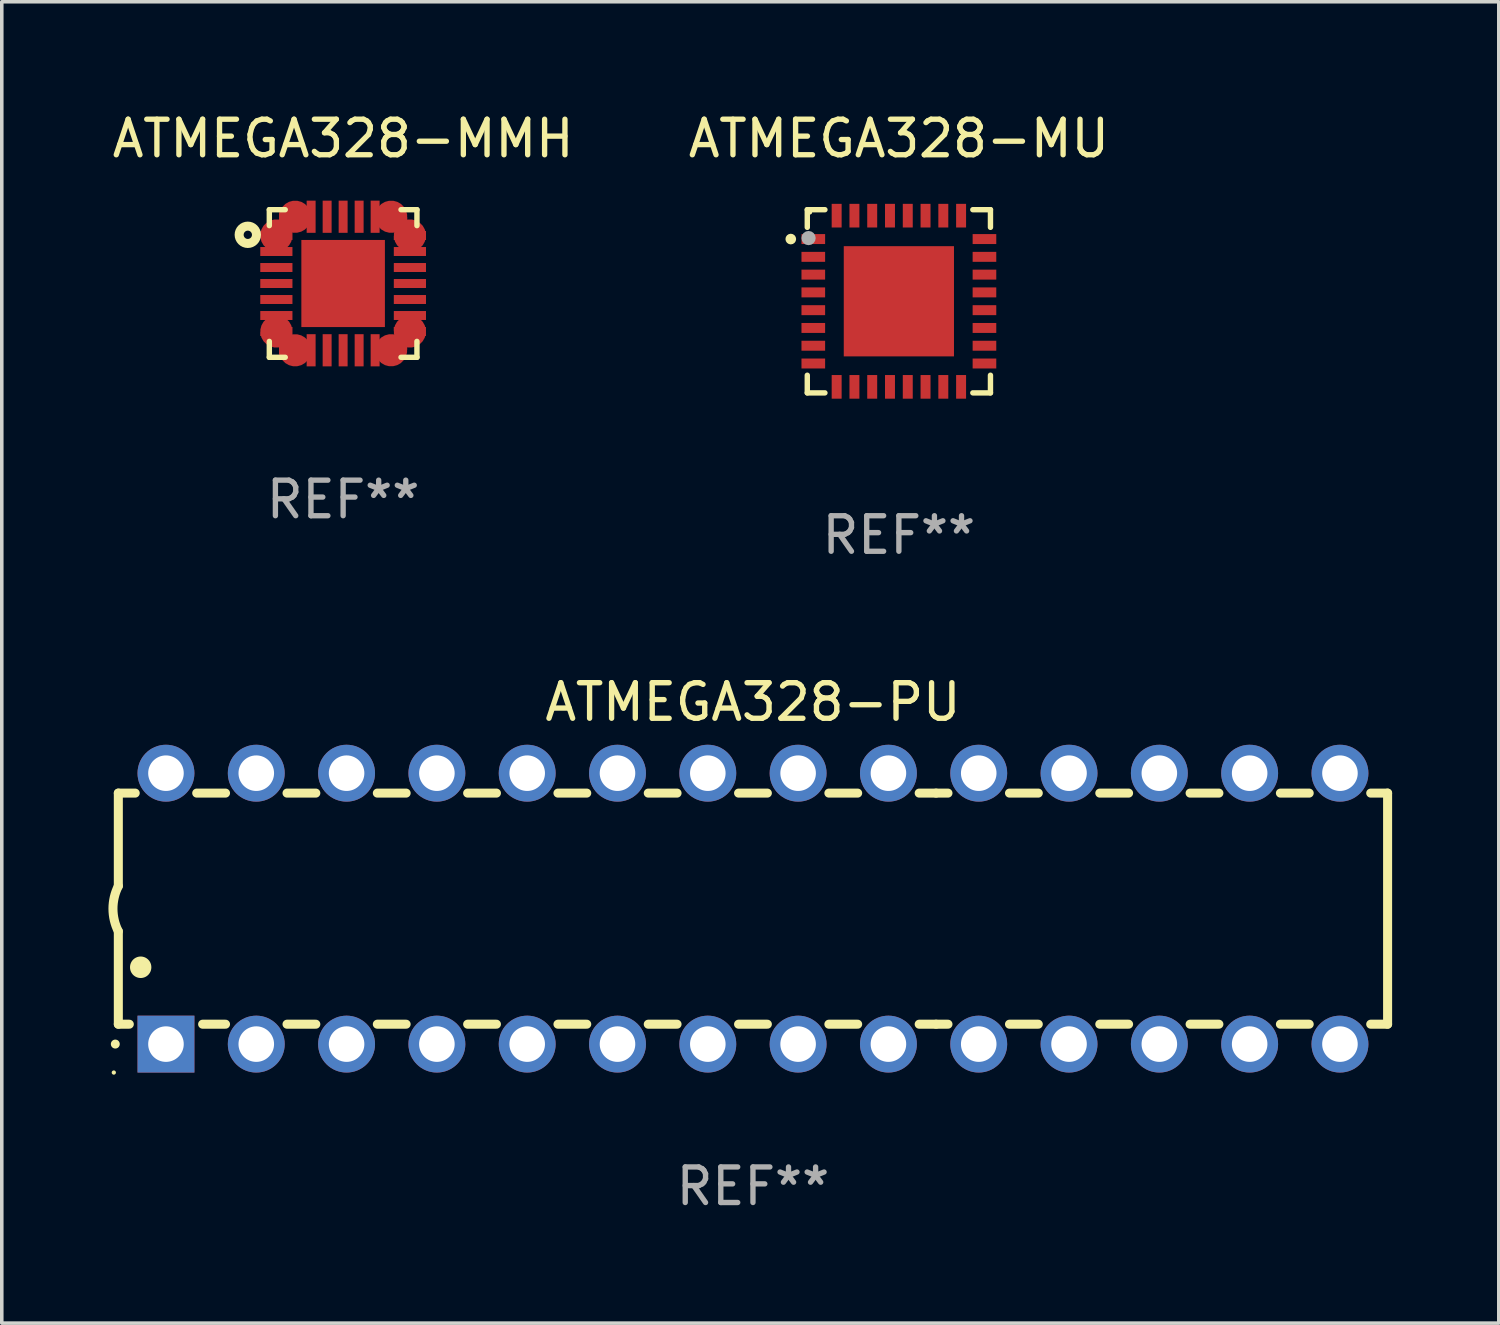
<source format=kicad_pcb>
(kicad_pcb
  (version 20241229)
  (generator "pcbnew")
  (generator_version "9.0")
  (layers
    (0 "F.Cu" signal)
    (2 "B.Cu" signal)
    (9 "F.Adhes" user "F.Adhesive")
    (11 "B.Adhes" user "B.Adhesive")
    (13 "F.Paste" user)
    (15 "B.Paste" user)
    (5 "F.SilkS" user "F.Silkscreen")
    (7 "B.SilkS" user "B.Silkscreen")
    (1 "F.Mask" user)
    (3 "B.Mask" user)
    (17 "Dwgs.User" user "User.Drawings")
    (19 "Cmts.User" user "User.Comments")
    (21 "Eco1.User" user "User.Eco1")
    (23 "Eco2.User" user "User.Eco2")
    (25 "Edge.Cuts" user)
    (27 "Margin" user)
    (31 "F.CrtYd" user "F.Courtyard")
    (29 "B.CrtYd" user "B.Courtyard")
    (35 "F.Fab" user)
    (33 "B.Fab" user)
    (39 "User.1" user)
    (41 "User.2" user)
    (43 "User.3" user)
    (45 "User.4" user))
  (footprint "ATMEGA328-MU"
    (layer "F.Cu")
    (at 22.232 5.424)
    (property "Reference" "ATMEGA328-MU" (at 0 -4.576 0) (layer "F.SilkS") (effects (font (size 1 1) (thickness 0.15))))
    (attr through_hole)
    (fp_line (start -2.576 -2.576) (end -2.576 -2.08) (stroke (width 0.152) (type solid)) (layer "F.SilkS"))
    (fp_line (start -2.576 2.576) (end -2.576 2.08) (stroke (width 0.152) (type solid)) (layer "F.SilkS"))
    (fp_line (start -2.08 -2.576) (end -2.576 -2.576) (stroke (width 0.152) (type solid)) (layer "F.SilkS"))
    (fp_line (start -2.08 2.576) (end -2.576 2.576) (stroke (width 0.152) (type solid)) (layer "F.SilkS"))
    (fp_line (start 2.08 -2.576) (end 2.576 -2.576) (stroke (width 0.152) (type solid)) (layer "F.SilkS"))
    (fp_line (start 2.08 2.576) (end 2.576 2.576) (stroke (width 0.152) (type solid)) (layer "F.SilkS"))
    (fp_line (start 2.576 -2.576) (end 2.576 -2.08) (stroke (width 0.152) (type solid)) (layer "F.SilkS"))
    (fp_line (start 2.576 2.576) (end 2.576 2.08) (stroke (width 0.152) (type solid)) (layer "F.SilkS"))
    (fp_circle (center -3.04 -1.75) (end -2.965 -1.75) (stroke (width 0.15) (type solid)) (fill no) (layer "F.SilkS"))
    (fp_circle (center -2.5 -2.5) (end -2.47 -2.5) (stroke (width 0.06) (type solid)) (fill no) (layer "F.SilkS"))
    (fp_circle (center -2.54 -1.778) (end -2.44 -1.778) (stroke (width 0.2) (type solid)) (fill no) (layer "F.Fab"))
    (fp_text user "REF**" (at 0 6.576 0) (layer "F.Fab") (effects (font (size 1 1) (thickness 0.15))))
    (pad "1" smd rect (at -2.407 -1.75) (size 0.665 0.28) (layers "F.Cu" "F.Mask" "F.Paste"))
    (pad "2" smd rect (at -2.407 -1.25) (size 0.665 0.28) (layers "F.Cu" "F.Mask" "F.Paste"))
    (pad "3" smd rect (at -2.407 -0.75) (size 0.665 0.28) (layers "F.Cu" "F.Mask" "F.Paste"))
    (pad "4" smd rect (at -2.407 -0.25) (size 0.665 0.28) (layers "F.Cu" "F.Mask" "F.Paste"))
    (pad "5" smd rect (at -2.407 0.25) (size 0.665 0.28) (layers "F.Cu" "F.Mask" "F.Paste"))
    (pad "6" smd rect (at -2.407 0.75) (size 0.665 0.28) (layers "F.Cu" "F.Mask" "F.Paste"))
    (pad "7" smd rect (at -2.407 1.25) (size 0.665 0.28) (layers "F.Cu" "F.Mask" "F.Paste"))
    (pad "8" smd rect (at -2.407 1.75) (size 0.665 0.28) (layers "F.Cu" "F.Mask" "F.Paste"))
    (pad "9" smd rect (at -1.75 2.407) (size 0.28 0.665) (layers "F.Cu" "F.Mask" "F.Paste"))
    (pad "10" smd rect (at -1.25 2.407) (size 0.28 0.665) (layers "F.Cu" "F.Mask" "F.Paste"))
    (pad "11" smd rect (at -0.75 2.407) (size 0.28 0.665) (layers "F.Cu" "F.Mask" "F.Paste"))
    (pad "12" smd rect (at -0.25 2.407) (size 0.28 0.665) (layers "F.Cu" "F.Mask" "F.Paste"))
    (pad "13" smd rect (at 0.25 2.407) (size 0.28 0.665) (layers "F.Cu" "F.Mask" "F.Paste"))
    (pad "14" smd rect (at 0.75 2.407) (size 0.28 0.665) (layers "F.Cu" "F.Mask" "F.Paste"))
    (pad "15" smd rect (at 1.25 2.407) (size 0.28 0.665) (layers "F.Cu" "F.Mask" "F.Paste"))
    (pad "16" smd rect (at 1.75 2.407) (size 0.28 0.665) (layers "F.Cu" "F.Mask" "F.Paste"))
    (pad "17" smd rect (at 2.407 1.75) (size 0.665 0.28) (layers "F.Cu" "F.Mask" "F.Paste"))
    (pad "18" smd rect (at 2.407 1.25) (size 0.665 0.28) (layers "F.Cu" "F.Mask" "F.Paste"))
    (pad "19" smd rect (at 2.407 0.75) (size 0.665 0.28) (layers "F.Cu" "F.Mask" "F.Paste"))
    (pad "20" smd rect (at 2.407 0.25) (size 0.665 0.28) (layers "F.Cu" "F.Mask" "F.Paste"))
    (pad "21" smd rect (at 2.407 -0.25) (size 0.665 0.28) (layers "F.Cu" "F.Mask" "F.Paste"))
    (pad "22" smd rect (at 2.407 -0.75) (size 0.665 0.28) (layers "F.Cu" "F.Mask" "F.Paste"))
    (pad "23" smd rect (at 2.407 -1.25) (size 0.665 0.28) (layers "F.Cu" "F.Mask" "F.Paste"))
    (pad "24" smd rect (at 2.407 -1.75) (size 0.665 0.28) (layers "F.Cu" "F.Mask" "F.Paste"))
    (pad "25" smd rect (at 1.75 -2.408) (size 0.28 0.665) (layers "F.Cu" "F.Mask" "F.Paste"))
    (pad "26" smd rect (at 1.25 -2.408) (size 0.28 0.665) (layers "F.Cu" "F.Mask" "F.Paste"))
    (pad "27" smd rect (at 0.75 -2.408) (size 0.28 0.665) (layers "F.Cu" "F.Mask" "F.Paste"))
    (pad "28" smd rect (at 0.25 -2.408) (size 0.28 0.665) (layers "F.Cu" "F.Mask" "F.Paste"))
    (pad "29" smd rect (at -0.25 -2.408) (size 0.28 0.665) (layers "F.Cu" "F.Mask" "F.Paste"))
    (pad "30" smd rect (at -0.75 -2.408) (size 0.28 0.665) (layers "F.Cu" "F.Mask" "F.Paste"))
    (pad "31" smd rect (at -1.25 -2.408) (size 0.28 0.665) (layers "F.Cu" "F.Mask" "F.Paste"))
    (pad "32" smd rect (at -1.75 -2.408) (size 0.28 0.665) (layers "F.Cu" "F.Mask" "F.Paste"))
    (pad "33" smd rect (at -0.000076 -0.000102) (size 3.1 3.1) (layers "F.Cu" "F.Mask" "F.Paste")))
  (footprint "ATMEGA328-MMH"
    (layer "F.Cu")
    (at 6.601 4.924)
    (property "Reference" "ATMEGA328-MMH" (at 0 -4.076 0) (layer "F.SilkS") (effects (font (size 1 1) (thickness 0.15))))
    (attr through_hole)
    (fp_line (start -2.076 -2.076) (end -1.628 -2.076) (stroke (width 0.152) (type solid)) (layer "F.SilkS"))
    (fp_line (start -2.076 -1.628) (end -2.076 -2.076) (stroke (width 0.152) (type solid)) (layer "F.SilkS"))
    (fp_line (start -2.076 1.628) (end -2.076 2.076) (stroke (width 0.152) (type solid)) (layer "F.SilkS"))
    (fp_line (start -2.076 2.076) (end -1.628 2.076) (stroke (width 0.152) (type solid)) (layer "F.SilkS"))
    (fp_line (start 2.076 -2.076) (end 1.628 -2.076) (stroke (width 0.152) (type solid)) (layer "F.SilkS"))
    (fp_line (start 2.076 -1.628) (end 2.076 -2.076) (stroke (width 0.152) (type solid)) (layer "F.SilkS"))
    (fp_line (start 2.076 1.628) (end 2.076 2.076) (stroke (width 0.152) (type solid)) (layer "F.SilkS"))
    (fp_line (start 2.076 2.076) (end 1.628 2.076) (stroke (width 0.152) (type solid)) (layer "F.SilkS"))
    (fp_circle (center -2.681 -1.37) (end -2.564 -1.37) (stroke (width 0.254) (type solid)) (fill no) (layer "F.SilkS"))
    (fp_text user "REF**" (at 0 6.076 0) (layer "F.Fab") (effects (font (size 1 1) (thickness 0.15))))
    (pad "1" smd custom (at -1.878 -1.351 180) (size 0.906 0.252) (layers "F.Cu" "F.Mask" "F.Paste") (options (anchor circle)) (primitives (gr_poly (pts (xy 0.317 -0.126) (xy 0.453 0.01) (xy 0.453 0.126) (xy -0.453 0.126) (xy -0.453 -0.126) (xy 0.317 -0.126)) (width 0) (fill yes))))
    (pad "2" smd rect (at -1.878 -0.9) (size 0.905 0.252) (layers "F.Cu" "F.Mask" "F.Paste"))
    (pad "3" smd rect (at -1.878 -0.45) (size 0.905 0.252) (layers "F.Cu" "F.Mask" "F.Paste"))
    (pad "4" smd rect (at -1.878 0) (size 0.905 0.252) (layers "F.Cu" "F.Mask" "F.Paste"))
    (pad "5" smd rect (at -1.878 0.45) (size 0.905 0.252) (layers "F.Cu" "F.Mask" "F.Paste"))
    (pad "6" smd rect (at -1.878 0.9) (size 0.905 0.252) (layers "F.Cu" "F.Mask" "F.Paste"))
    (pad "7" smd custom (at -1.878 1.35 180) (size 0.906 0.252) (layers "F.Cu" "F.Mask" "F.Paste") (options (anchor circle)) (primitives (gr_poly (pts (xy 0.317 0.126) (xy 0.453 -0.01) (xy 0.453 -0.126) (xy -0.453 -0.126) (xy -0.453 0.126) (xy 0.317 0.126)) (width 0) (fill yes))))
    (pad "8" smd custom (at -1.351 1.878 270) (size 0.906 0.252) (layers "F.Cu" "F.Mask" "F.Paste") (options (anchor circle)) (primitives (gr_poly (pts (xy -0.126 -0.317) (xy 0.01 -0.453) (xy 0.126 -0.453) (xy 0.126 0.453) (xy -0.126 0.453) (xy -0.126 -0.317)) (width 0) (fill yes))))
    (pad "9" smd rect (at -0.9 1.878) (size 0.252 0.905) (layers "F.Cu" "F.Mask" "F.Paste"))
    (pad "10" smd rect (at -0.45 1.878) (size 0.252 0.905) (layers "F.Cu" "F.Mask" "F.Paste"))
    (pad "11" smd rect (at 0 1.878) (size 0.252 0.905) (layers "F.Cu" "F.Mask" "F.Paste"))
    (pad "12" smd rect (at 0.45 1.878) (size 0.252 0.905) (layers "F.Cu" "F.Mask" "F.Paste"))
    (pad "13" smd rect (at 0.9 1.878) (size 0.252 0.905) (layers "F.Cu" "F.Mask" "F.Paste"))
    (pad "14" smd custom (at 1.349 1.877 270) (size 0.906 0.252) (layers "F.Cu" "F.Mask" "F.Paste") (options (anchor circle)) (primitives (gr_poly (pts (xy 0.126 -0.317) (xy -0.01 -0.453) (xy -0.126 -0.453) (xy -0.126 0.453) (xy 0.126 0.453) (xy 0.126 -0.317)) (width 0) (fill yes))))
    (pad "15" smd custom (at 1.877 1.35) (size 0.906 0.252) (layers "F.Cu" "F.Mask" "F.Paste") (options (anchor circle)) (primitives (gr_poly (pts (xy -0.317 0.126) (xy -0.453 -0.01) (xy -0.453 -0.126) (xy 0.453 -0.126) (xy 0.453 0.126) (xy -0.317 0.126)) (width 0) (fill yes))))
    (pad "16" smd rect (at 1.878 0.9) (size 0.905 0.252) (layers "F.Cu" "F.Mask" "F.Paste"))
    (pad "17" smd rect (at 1.878 0.45) (size 0.905 0.252) (layers "F.Cu" "F.Mask" "F.Paste"))
    (pad "18" smd rect (at 1.878 0) (size 0.905 0.252) (layers "F.Cu" "F.Mask" "F.Paste"))
    (pad "19" smd rect (at 1.878 -0.45) (size 0.905 0.252) (layers "F.Cu" "F.Mask" "F.Paste"))
    (pad "20" smd rect (at 1.878 -0.9) (size 0.905 0.252) (layers "F.Cu" "F.Mask" "F.Paste"))
    (pad "21" smd custom (at 1.878 -1.35) (size 0.906 0.252) (layers "F.Cu" "F.Mask" "F.Paste") (options (anchor circle)) (primitives (gr_poly (pts (xy -0.317 -0.126) (xy -0.453 0.01) (xy -0.453 0.126) (xy 0.453 0.126) (xy 0.453 -0.126) (xy -0.317 -0.126)) (width 0) (fill yes))))
    (pad "22" smd custom (at 1.351 -1.878 90) (size 0.906 0.252) (layers "F.Cu" "F.Mask" "F.Paste") (options (anchor circle)) (primitives (gr_poly (pts (xy 0.126 0.317) (xy -0.01 0.453) (xy -0.126 0.453) (xy -0.126 -0.453) (xy 0.126 -0.453) (xy 0.126 0.317)) (width 0) (fill yes))))
    (pad "23" smd rect (at 0.9 -1.878) (size 0.252 0.905) (layers "F.Cu" "F.Mask" "F.Paste"))
    (pad "24" smd rect (at 0.45 -1.878) (size 0.252 0.905) (layers "F.Cu" "F.Mask" "F.Paste"))
    (pad "25" smd rect (at 0 -1.878) (size 0.252 0.905) (layers "F.Cu" "F.Mask" "F.Paste"))
    (pad "26" smd rect (at -0.45 -1.878) (size 0.252 0.905) (layers "F.Cu" "F.Mask" "F.Paste"))
    (pad "27" smd rect (at -0.9 -1.878) (size 0.252 0.905) (layers "F.Cu" "F.Mask" "F.Paste"))
    (pad "28" smd custom (at -1.35 -1.878 90) (size 0.906 0.252) (layers "F.Cu" "F.Mask" "F.Paste") (options (anchor circle)) (primitives (gr_poly (pts (xy -0.126 0.317) (xy 0.01 0.453) (xy 0.126 0.453) (xy 0.126 -0.453) (xy -0.126 -0.453) (xy -0.126 0.317)) (width 0) (fill yes))))
    (pad "29" smd rect (at 0 0) (size 2.35 2.45) (layers "F.Cu" "F.Mask" "F.Paste")))
  (footprint "ATMEGA328-PU"
    (layer "F.Cu")
    (at 18.128 22.507)
    (property "Reference" "ATMEGA328-PU" (at 0 -5.81 0) (layer "F.SilkS") (effects (font (size 1 1) (thickness 0.15))))
    (attr through_hole)
    (fp_line (start -17.85 -3.25) (end -17.85 -0.635) (stroke (width 0.254) (type solid)) (layer "F.SilkS"))
    (fp_line (start -17.85 3.25) (end -17.85 0.635) (stroke (width 0.254) (type solid)) (layer "F.SilkS"))
    (fp_line (start -17.85 3.25) (end -17.541 3.25) (stroke (width 0.254) (type solid)) (layer "F.SilkS"))
    (fp_line (start -17.375 -3.25) (end -17.85 -3.25) (stroke (width 0.254) (type solid)) (layer "F.SilkS"))
    (fp_line (start -15.479 3.25) (end -14.835 3.25) (stroke (width 0.254) (type solid)) (layer "F.SilkS"))
    (fp_line (start -14.835 -3.25) (end -15.645 -3.25) (stroke (width 0.254) (type solid)) (layer "F.SilkS"))
    (fp_line (start -13.105 3.25) (end -12.295 3.25) (stroke (width 0.254) (type solid)) (layer "F.SilkS"))
    (fp_line (start -12.295 -3.25) (end -13.105 -3.25) (stroke (width 0.254) (type solid)) (layer "F.SilkS"))
    (fp_line (start -10.565 3.25) (end -9.755 3.25) (stroke (width 0.254) (type solid)) (layer "F.SilkS"))
    (fp_line (start -9.755 -3.25) (end -10.565 -3.25) (stroke (width 0.254) (type solid)) (layer "F.SilkS"))
    (fp_line (start -8.025 3.25) (end -7.215 3.25) (stroke (width 0.254) (type solid)) (layer "F.SilkS"))
    (fp_line (start -7.215 -3.25) (end -8.025 -3.25) (stroke (width 0.254) (type solid)) (layer "F.SilkS"))
    (fp_line (start -5.485 3.25) (end -4.675 3.25) (stroke (width 0.254) (type solid)) (layer "F.SilkS"))
    (fp_line (start -4.675 -3.25) (end -5.485 -3.25) (stroke (width 0.254) (type solid)) (layer "F.SilkS"))
    (fp_line (start -2.945 3.25) (end -2.135 3.25) (stroke (width 0.254) (type solid)) (layer "F.SilkS"))
    (fp_line (start -2.135 -3.25) (end -2.945 -3.25) (stroke (width 0.254) (type solid)) (layer "F.SilkS"))
    (fp_line (start -0.405 3.25) (end 0.405 3.25) (stroke (width 0.254) (type solid)) (layer "F.SilkS"))
    (fp_line (start 0.405 -3.25) (end -0.405 -3.25) (stroke (width 0.254) (type solid)) (layer "F.SilkS"))
    (fp_line (start 2.135 3.25) (end 2.945 3.25) (stroke (width 0.254) (type solid)) (layer "F.SilkS"))
    (fp_line (start 2.945 -3.25) (end 2.135 -3.25) (stroke (width 0.254) (type solid)) (layer "F.SilkS"))
    (fp_line (start 4.675 3.25) (end 5.15 3.25) (stroke (width 0.254) (type solid)) (layer "F.SilkS"))
    (fp_line (start 5.15 -3.25) (end 4.675 -3.25) (stroke (width 0.254) (type solid)) (layer "F.SilkS"))
    (fp_line (start 5.15 -3.25) (end 5.485 -3.25) (stroke (width 0.254) (type solid)) (layer "F.SilkS"))
    (fp_line (start 5.15 3.25) (end 5.485 3.25) (stroke (width 0.254) (type solid)) (layer "F.SilkS"))
    (fp_line (start 7.215 -3.25) (end 8.025 -3.25) (stroke (width 0.254) (type solid)) (layer "F.SilkS"))
    (fp_line (start 7.215 3.25) (end 8.025 3.25) (stroke (width 0.254) (type solid)) (layer "F.SilkS"))
    (fp_line (start 9.755 -3.25) (end 10.565 -3.25) (stroke (width 0.254) (type solid)) (layer "F.SilkS"))
    (fp_line (start 9.755 3.25) (end 10.565 3.25) (stroke (width 0.254) (type solid)) (layer "F.SilkS"))
    (fp_line (start 12.295 -3.25) (end 13.105 -3.25) (stroke (width 0.254) (type solid)) (layer "F.SilkS"))
    (fp_line (start 12.295 3.25) (end 13.105 3.25) (stroke (width 0.254) (type solid)) (layer "F.SilkS"))
    (fp_line (start 14.835 -3.25) (end 15.645 -3.25) (stroke (width 0.254) (type solid)) (layer "F.SilkS"))
    (fp_line (start 14.835 3.25) (end 15.645 3.25) (stroke (width 0.254) (type solid)) (layer "F.SilkS"))
    (fp_line (start 17.375 -3.25) (end 17.85 -3.25) (stroke (width 0.254) (type solid)) (layer "F.SilkS"))
    (fp_line (start 17.375 3.25) (end 17.85 3.25) (stroke (width 0.254) (type solid)) (layer "F.SilkS"))
    (fp_line (start 17.85 -3.25) (end 17.85 3.25) (stroke (width 0.254) (type solid)) (layer "F.SilkS"))
    (fp_arc (start -17.934976 3.810008) (mid -17.934983 3.808738) (end -17.934976 3.807468) (stroke (width 0.25) (type solid)) (layer "F.SilkS"))
    (fp_arc (start -17.851155 0.635002) (mid -18.000677 -0.000132) (end -17.850038 -0.635001) (stroke (width 0.254001) (type solid)) (layer "F.SilkS"))
    (fp_arc (start -17.221234 1.651003) (mid -17.221245 1.648463) (end -17.221234 1.645923) (stroke (width 0.6) (type solid)) (layer "F.SilkS"))
    (fp_circle (center -17.977 4.61) (end -17.947 4.61) (stroke (width 0.06) (type solid)) (fill no) (layer "F.SilkS"))
    (fp_text user "REF**" (at 0 7.81 0) (layer "F.Fab") (effects (font (size 1 1) (thickness 0.15))))
    (pad "1" thru_hole rect (at -16.51 3.81 90) (size 1.6 1.6) (drill 1) (layers "*.Cu" "*.Mask"))
    (pad "2" thru_hole circle (at -13.97 3.81 90) (size 1.6 1.6) (drill 1) (layers "*.Cu" "*.Mask"))
    (pad "3" thru_hole circle (at -11.43 3.81 90) (size 1.6 1.6) (drill 1) (layers "*.Cu" "*.Mask"))
    (pad "4" thru_hole circle (at -8.89 3.81 90) (size 1.6 1.6) (drill 1) (layers "*.Cu" "*.Mask"))
    (pad "5" thru_hole circle (at -6.35 3.81 90) (size 1.6 1.6) (drill 1) (layers "*.Cu" "*.Mask"))
    (pad "6" thru_hole circle (at -3.81 3.81 90) (size 1.6 1.6) (drill 1) (layers "*.Cu" "*.Mask"))
    (pad "7" thru_hole circle (at -1.27 3.81 90) (size 1.6 1.6) (drill 1) (layers "*.Cu" "*.Mask"))
    (pad "8" thru_hole circle (at 1.27 3.81 90) (size 1.6 1.6) (drill 1) (layers "*.Cu" "*.Mask"))
    (pad "9" thru_hole circle (at 3.81 3.81 90) (size 1.6 1.6) (drill 1) (layers "*.Cu" "*.Mask"))
    (pad "10" thru_hole circle (at 6.35 3.81 90) (size 1.6 1.6) (drill 1) (layers "*.Cu" "*.Mask"))
    (pad "11" thru_hole circle (at 8.89 3.81 90) (size 1.6 1.6) (drill 1) (layers "*.Cu" "*.Mask"))
    (pad "12" thru_hole circle (at 11.43 3.81 90) (size 1.6 1.6) (drill 1) (layers "*.Cu" "*.Mask"))
    (pad "13" thru_hole circle (at 13.97 3.81 90) (size 1.6 1.6) (drill 1) (layers "*.Cu" "*.Mask"))
    (pad "14" thru_hole circle (at 16.51 3.81 90) (size 1.6 1.6) (drill 1) (layers "*.Cu" "*.Mask"))
    (pad "15" thru_hole circle (at 16.51 -3.81 90) (size 1.6 1.6) (drill 1) (layers "*.Cu" "*.Mask"))
    (pad "16" thru_hole circle (at 13.97 -3.81 90) (size 1.6 1.6) (drill 1) (layers "*.Cu" "*.Mask"))
    (pad "17" thru_hole circle (at 11.43 -3.81 90) (size 1.6 1.6) (drill 1) (layers "*.Cu" "*.Mask"))
    (pad "18" thru_hole circle (at 8.89 -3.81 90) (size 1.6 1.6) (drill 1) (layers "*.Cu" "*.Mask"))
    (pad "19" thru_hole circle (at 6.35 -3.81 90) (size 1.6 1.6) (drill 1) (layers "*.Cu" "*.Mask"))
    (pad "20" thru_hole circle (at 3.81 -3.81 90) (size 1.6 1.6) (drill 1) (layers "*.Cu" "*.Mask"))
    (pad "21" thru_hole circle (at 1.27 -3.81 90) (size 1.6 1.6) (drill 1) (layers "*.Cu" "*.Mask"))
    (pad "22" thru_hole circle (at -1.27 -3.81 90) (size 1.6 1.6) (drill 1) (layers "*.Cu" "*.Mask"))
    (pad "23" thru_hole circle (at -3.81 -3.81 90) (size 1.6 1.6) (drill 1) (layers "*.Cu" "*.Mask"))
    (pad "24" thru_hole circle (at -6.35 -3.81 90) (size 1.6 1.6) (drill 1) (layers "*.Cu" "*.Mask"))
    (pad "25" thru_hole circle (at -8.89 -3.81 90) (size 1.6 1.6) (drill 1) (layers "*.Cu" "*.Mask"))
    (pad "26" thru_hole circle (at -11.43 -3.81 90) (size 1.6 1.6) (drill 1) (layers "*.Cu" "*.Mask"))
    (pad "27" thru_hole circle (at -13.97 -3.81 90) (size 1.6 1.6) (drill 1) (layers "*.Cu" "*.Mask"))
    (pad "28" thru_hole circle (at -16.51 -3.81 90) (size 1.6 1.6) (drill 1) (layers "*.Cu" "*.Mask")))
  (gr_rect
    (start -3 -3)
    (end 39.105 34.165)
    (stroke (width 0.1) (type default))
    (fill no)
    (layer "Edge.Cuts")))
</source>
